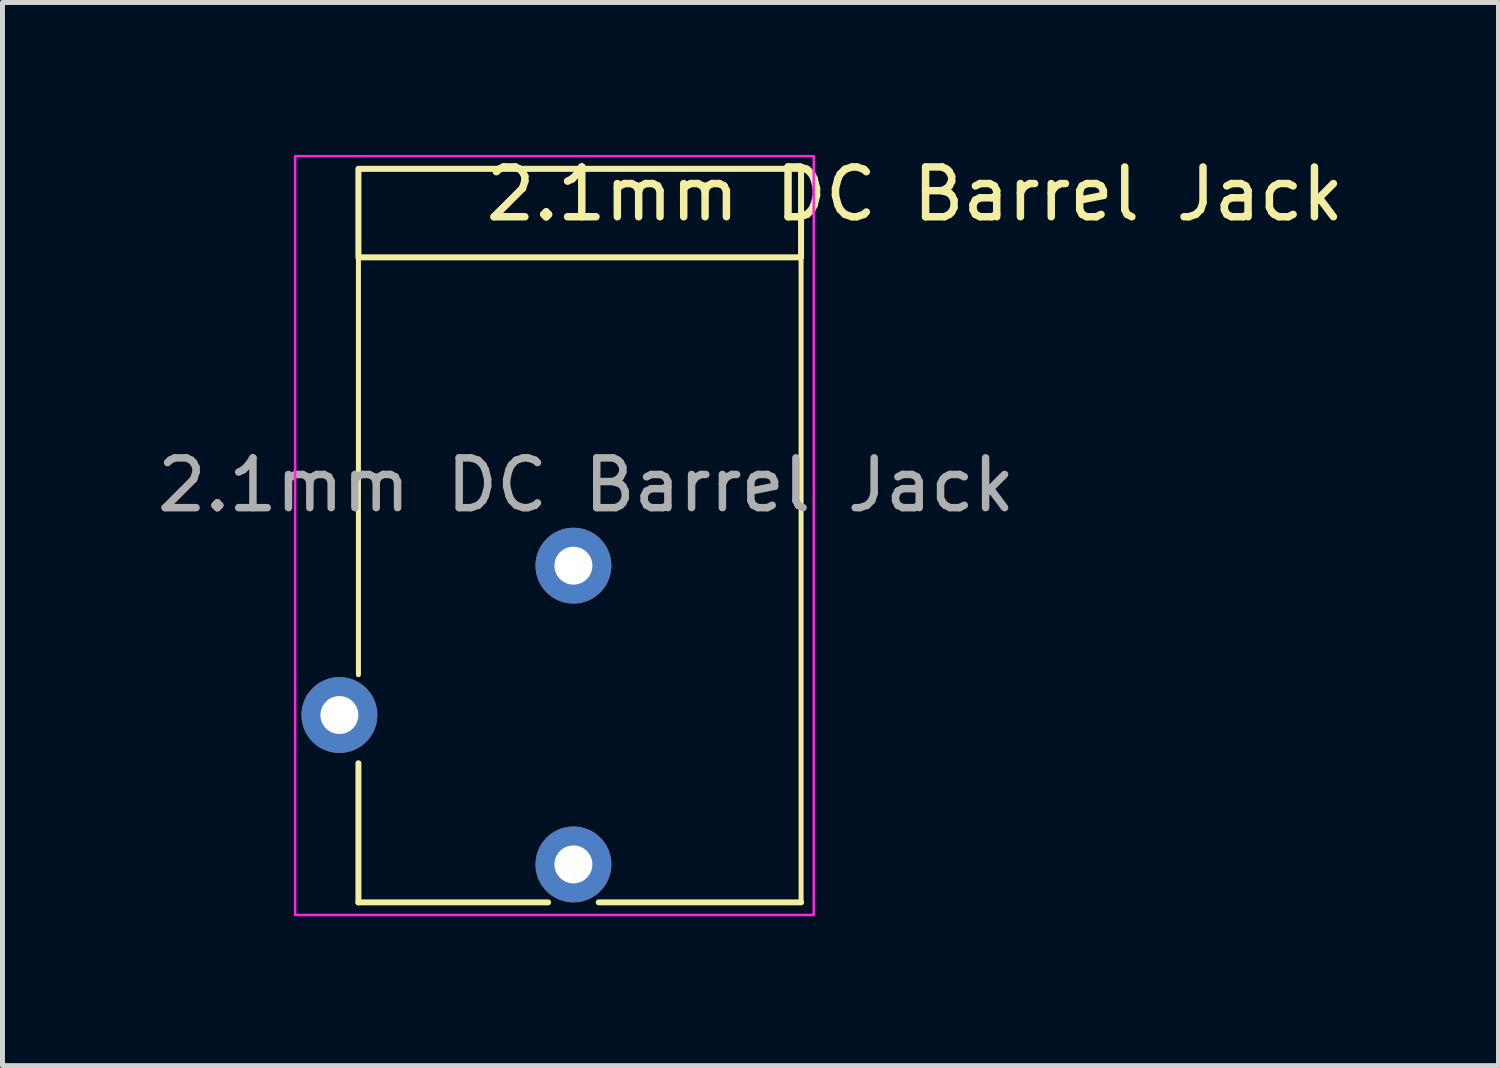
<source format=kicad_pcb>
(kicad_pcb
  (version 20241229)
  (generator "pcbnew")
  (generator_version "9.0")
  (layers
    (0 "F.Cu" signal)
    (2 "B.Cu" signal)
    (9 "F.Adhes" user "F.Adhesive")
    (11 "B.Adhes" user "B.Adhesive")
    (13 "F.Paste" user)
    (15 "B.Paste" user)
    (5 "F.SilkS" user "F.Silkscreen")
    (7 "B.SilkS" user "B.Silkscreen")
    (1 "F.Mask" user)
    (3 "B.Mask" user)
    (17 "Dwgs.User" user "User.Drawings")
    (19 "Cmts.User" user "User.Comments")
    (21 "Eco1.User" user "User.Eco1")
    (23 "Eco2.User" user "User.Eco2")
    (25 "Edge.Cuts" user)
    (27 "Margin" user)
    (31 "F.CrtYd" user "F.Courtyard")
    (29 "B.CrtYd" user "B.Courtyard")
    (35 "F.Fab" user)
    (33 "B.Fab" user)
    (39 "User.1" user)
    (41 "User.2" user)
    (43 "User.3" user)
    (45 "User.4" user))
  (footprint "2.1mm DC Barrel Jack"
    (layer "F.Cu")
    (at 8.466 14.31)
    (property "Reference" "2.1mm DC Barrel Jack" (at 6.858 -13.462 0) (unlocked yes) (layer "F.SilkS") (effects (font (size 1 1) (thickness 0.15))))
    (attr through_hole)
    (fp_line (start -4.318 -13.97) (end -4.318 -3.81) (stroke (width 0.1) (type solid)) (layer "F.SilkS"))
    (fp_line (start -4.318 0.762) (end -4.318 -2.032) (stroke (width 0.12) (type solid)) (layer "F.SilkS"))
    (fp_line (start -4.318 0.762) (end -0.508 0.762) (stroke (width 0.12) (type solid)) (layer "F.SilkS"))
    (fp_line (start 4.572 -13.97) (end -4.318 -13.97) (stroke (width 0.1) (type solid)) (layer "F.SilkS"))
    (fp_line (start 4.572 0.762) (end 0.508 0.762) (stroke (width 0.12) (type solid)) (layer "F.SilkS"))
    (fp_line (start 4.572 0.762) (end 4.572 -13.97) (stroke (width 0.1) (type solid)) (layer "F.SilkS"))
    (fp_rect (start 4.572 -13.97) (end -4.318 -12.192) (stroke (width 0.12) (type solid)) (fill no) (layer "F.SilkS"))
    (fp_rect (start 4.826 1.016) (end -5.588 -14.224) (stroke (width 0.05) (type solid)) (fill no) (layer "F.CrtYd"))
    (fp_text user "${REFERENCE}" (at 0.254 -7.62 0) (unlocked yes) (layer "F.Fab") (effects (font (size 1 1) (thickness 0.15))))
    (pad "1" thru_hole circle (at 0 0) (size 1.524 1.524) (drill 0.762) (layers "*.Cu" "*.Mask"))
    (pad "2" thru_hole circle (at 0 -6) (size 1.524 1.524) (drill 0.762) (layers "*.Cu" "*.Mask"))
    (pad "3" thru_hole circle (at -4.7 -3) (size 1.524 1.524) (drill 0.762) (layers "*.Cu" "*.Mask")))
  (gr_rect
    (start -3 -3)
    (end 27.044 18.351)
    (stroke (width 0.1) (type default))
    (fill no)
    (layer "Edge.Cuts")))
</source>
